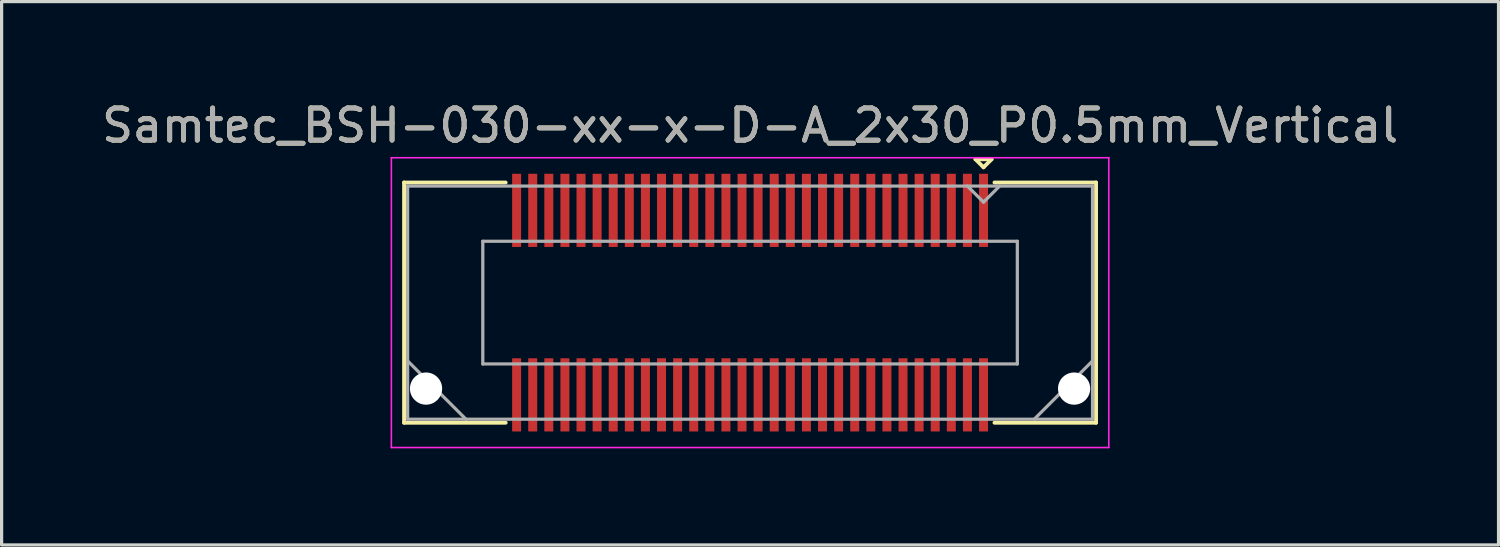
<source format=kicad_pcb>
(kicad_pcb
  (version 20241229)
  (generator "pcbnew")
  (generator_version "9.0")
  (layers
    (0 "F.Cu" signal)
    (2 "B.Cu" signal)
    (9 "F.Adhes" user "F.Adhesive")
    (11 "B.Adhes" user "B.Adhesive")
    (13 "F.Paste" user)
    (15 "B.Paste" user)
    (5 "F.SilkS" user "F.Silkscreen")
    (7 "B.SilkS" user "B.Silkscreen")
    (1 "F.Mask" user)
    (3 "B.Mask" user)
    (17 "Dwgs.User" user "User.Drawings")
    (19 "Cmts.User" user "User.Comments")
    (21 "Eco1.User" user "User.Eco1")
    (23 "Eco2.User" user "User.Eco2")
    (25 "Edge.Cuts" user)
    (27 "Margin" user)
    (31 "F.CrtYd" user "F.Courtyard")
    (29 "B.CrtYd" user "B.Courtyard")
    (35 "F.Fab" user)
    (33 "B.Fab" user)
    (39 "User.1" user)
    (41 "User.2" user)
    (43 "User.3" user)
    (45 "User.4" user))
  (footprint "Samtec_BSH-030-xx-x-D-A_2x30_P0.5mm_Vertical"
    (layer "F.Cu")
    (at 20.244 6.348)
    (property "Reference" "Samtec_BSH-030-xx-x-D-A_2x30_P0.5mm_Vertical" (at 0 -5.5 0) (layer "F.SilkS") (effects (font (size 1 1) (thickness 0.15))))
    (attr smd)
    (fp_line (start -10.745 -3.73) (end -7.59 -3.73) (stroke (width 0.12) (type solid)) (layer "F.SilkS"))
    (fp_line (start -10.745 3.73) (end -10.745 -3.73) (stroke (width 0.12) (type solid)) (layer "F.SilkS"))
    (fp_line (start -7.59 3.73) (end -10.745 3.73) (stroke (width 0.12) (type solid)) (layer "F.SilkS"))
    (fp_line (start 7 -4.452) (end 7.5 -4.452) (stroke (width 0.12) (type solid)) (layer "F.SilkS"))
    (fp_line (start 7.25 -4.202) (end 7 -4.452) (stroke (width 0.12) (type solid)) (layer "F.SilkS"))
    (fp_line (start 7.5 -4.452) (end 7.25 -4.202) (stroke (width 0.12) (type solid)) (layer "F.SilkS"))
    (fp_line (start 7.59 3.73) (end 10.745 3.73) (stroke (width 0.12) (type solid)) (layer "F.SilkS"))
    (fp_line (start 10.745 -3.73) (end 7.59 -3.73) (stroke (width 0.12) (type solid)) (layer "F.SilkS"))
    (fp_line (start 10.745 3.73) (end 10.745 -3.73) (stroke (width 0.12) (type solid)) (layer "F.SilkS"))
    (fp_line (start -11.14 -4.5) (end -11.14 4.5) (stroke (width 0.05) (type solid)) (layer "F.CrtYd"))
    (fp_line (start -11.14 4.5) (end 11.14 4.5) (stroke (width 0.05) (type solid)) (layer "F.CrtYd"))
    (fp_line (start 11.14 -4.5) (end -11.14 -4.5) (stroke (width 0.05) (type solid)) (layer "F.CrtYd"))
    (fp_line (start 11.14 4.5) (end 11.14 -4.5) (stroke (width 0.05) (type solid)) (layer "F.CrtYd"))
    (fp_line (start -10.635 -3.62) (end -10.635 3.62) (stroke (width 0.1) (type solid)) (layer "F.Fab"))
    (fp_line (start -10.635 1.81) (end -8.825 3.62) (stroke (width 0.1) (type solid)) (layer "F.Fab"))
    (fp_line (start -10.635 3.62) (end 10.635 3.62) (stroke (width 0.1) (type solid)) (layer "F.Fab"))
    (fp_line (start -8.3 -1.905) (end -8.3 1.905) (stroke (width 0.1) (type solid)) (layer "F.Fab"))
    (fp_line (start -8.3 1.905) (end 8.3 1.905) (stroke (width 0.1) (type solid)) (layer "F.Fab"))
    (fp_line (start 7.25 -3.12) (end 6.75 -3.62) (stroke (width 0.1) (type solid)) (layer "F.Fab"))
    (fp_line (start 7.75 -3.62) (end 7.25 -3.12) (stroke (width 0.1) (type solid)) (layer "F.Fab"))
    (fp_line (start 8.3 -1.905) (end -8.3 -1.905) (stroke (width 0.1) (type solid)) (layer "F.Fab"))
    (fp_line (start 8.3 1.905) (end 8.3 -1.905) (stroke (width 0.1) (type solid)) (layer "F.Fab"))
    (fp_line (start 10.635 -3.62) (end -10.635 -3.62) (stroke (width 0.1) (type solid)) (layer "F.Fab"))
    (fp_line (start 10.635 1.81) (end 8.825 3.62) (stroke (width 0.1) (type solid)) (layer "F.Fab"))
    (fp_line (start 10.635 3.62) (end 10.635 -3.62) (stroke (width 0.1) (type solid)) (layer "F.Fab"))
    (fp_text user "${REFERENCE}" (at 0 -5.5 0) (layer "F.Fab") (effects (font (size 1 1) (thickness 0.15))))
    (pad "" np_thru_hole circle (at -10.063 2.67) (size 1 1) (drill 1) (layers "*.Cu" "*.Mask"))
    (pad "" np_thru_hole circle (at 10.063 2.67) (size 1 1) (drill 1) (layers "*.Cu" "*.Mask"))
    (pad "1" smd rect (at 7.25 -2.865) (size 0.279 2.273) (layers "F.Cu" "F.Mask" "F.Paste"))
    (pad "2" smd rect (at 7.25 2.865) (size 0.279 2.273) (layers "F.Cu" "F.Mask" "F.Paste"))
    (pad "3" smd rect (at 6.75 -2.865) (size 0.279 2.273) (layers "F.Cu" "F.Mask" "F.Paste"))
    (pad "4" smd rect (at 6.75 2.865) (size 0.279 2.273) (layers "F.Cu" "F.Mask" "F.Paste"))
    (pad "5" smd rect (at 6.25 -2.865) (size 0.279 2.273) (layers "F.Cu" "F.Mask" "F.Paste"))
    (pad "6" smd rect (at 6.25 2.865) (size 0.279 2.273) (layers "F.Cu" "F.Mask" "F.Paste"))
    (pad "7" smd rect (at 5.75 -2.865) (size 0.279 2.273) (layers "F.Cu" "F.Mask" "F.Paste"))
    (pad "8" smd rect (at 5.75 2.865) (size 0.279 2.273) (layers "F.Cu" "F.Mask" "F.Paste"))
    (pad "9" smd rect (at 5.25 -2.865) (size 0.279 2.273) (layers "F.Cu" "F.Mask" "F.Paste"))
    (pad "10" smd rect (at 5.25 2.865) (size 0.279 2.273) (layers "F.Cu" "F.Mask" "F.Paste"))
    (pad "11" smd rect (at 4.75 -2.865) (size 0.279 2.273) (layers "F.Cu" "F.Mask" "F.Paste"))
    (pad "12" smd rect (at 4.75 2.865) (size 0.279 2.273) (layers "F.Cu" "F.Mask" "F.Paste"))
    (pad "13" smd rect (at 4.25 -2.865) (size 0.279 2.273) (layers "F.Cu" "F.Mask" "F.Paste"))
    (pad "14" smd rect (at 4.25 2.865) (size 0.279 2.273) (layers "F.Cu" "F.Mask" "F.Paste"))
    (pad "15" smd rect (at 3.75 -2.865) (size 0.279 2.273) (layers "F.Cu" "F.Mask" "F.Paste"))
    (pad "16" smd rect (at 3.75 2.865) (size 0.279 2.273) (layers "F.Cu" "F.Mask" "F.Paste"))
    (pad "17" smd rect (at 3.25 -2.865) (size 0.279 2.273) (layers "F.Cu" "F.Mask" "F.Paste"))
    (pad "18" smd rect (at 3.25 2.865) (size 0.279 2.273) (layers "F.Cu" "F.Mask" "F.Paste"))
    (pad "19" smd rect (at 2.75 -2.865) (size 0.279 2.273) (layers "F.Cu" "F.Mask" "F.Paste"))
    (pad "20" smd rect (at 2.75 2.865) (size 0.279 2.273) (layers "F.Cu" "F.Mask" "F.Paste"))
    (pad "21" smd rect (at 2.25 -2.865) (size 0.279 2.273) (layers "F.Cu" "F.Mask" "F.Paste"))
    (pad "22" smd rect (at 2.25 2.865) (size 0.279 2.273) (layers "F.Cu" "F.Mask" "F.Paste"))
    (pad "23" smd rect (at 1.75 -2.865) (size 0.279 2.273) (layers "F.Cu" "F.Mask" "F.Paste"))
    (pad "24" smd rect (at 1.75 2.865) (size 0.279 2.273) (layers "F.Cu" "F.Mask" "F.Paste"))
    (pad "25" smd rect (at 1.25 -2.865) (size 0.279 2.273) (layers "F.Cu" "F.Mask" "F.Paste"))
    (pad "26" smd rect (at 1.25 2.865) (size 0.279 2.273) (layers "F.Cu" "F.Mask" "F.Paste"))
    (pad "27" smd rect (at 0.75 -2.865) (size 0.279 2.273) (layers "F.Cu" "F.Mask" "F.Paste"))
    (pad "28" smd rect (at 0.75 2.865) (size 0.279 2.273) (layers "F.Cu" "F.Mask" "F.Paste"))
    (pad "29" smd rect (at 0.25 -2.865) (size 0.279 2.273) (layers "F.Cu" "F.Mask" "F.Paste"))
    (pad "30" smd rect (at 0.25 2.865) (size 0.279 2.273) (layers "F.Cu" "F.Mask" "F.Paste"))
    (pad "31" smd rect (at -0.25 -2.865) (size 0.279 2.273) (layers "F.Cu" "F.Mask" "F.Paste"))
    (pad "32" smd rect (at -0.25 2.865) (size 0.279 2.273) (layers "F.Cu" "F.Mask" "F.Paste"))
    (pad "33" smd rect (at -0.75 -2.865) (size 0.279 2.273) (layers "F.Cu" "F.Mask" "F.Paste"))
    (pad "34" smd rect (at -0.75 2.865) (size 0.279 2.273) (layers "F.Cu" "F.Mask" "F.Paste"))
    (pad "35" smd rect (at -1.25 -2.865) (size 0.279 2.273) (layers "F.Cu" "F.Mask" "F.Paste"))
    (pad "36" smd rect (at -1.25 2.865) (size 0.279 2.273) (layers "F.Cu" "F.Mask" "F.Paste"))
    (pad "37" smd rect (at -1.75 -2.865) (size 0.279 2.273) (layers "F.Cu" "F.Mask" "F.Paste"))
    (pad "38" smd rect (at -1.75 2.865) (size 0.279 2.273) (layers "F.Cu" "F.Mask" "F.Paste"))
    (pad "39" smd rect (at -2.25 -2.865) (size 0.279 2.273) (layers "F.Cu" "F.Mask" "F.Paste"))
    (pad "40" smd rect (at -2.25 2.865) (size 0.279 2.273) (layers "F.Cu" "F.Mask" "F.Paste"))
    (pad "41" smd rect (at -2.75 -2.865) (size 0.279 2.273) (layers "F.Cu" "F.Mask" "F.Paste"))
    (pad "42" smd rect (at -2.75 2.865) (size 0.279 2.273) (layers "F.Cu" "F.Mask" "F.Paste"))
    (pad "43" smd rect (at -3.25 -2.865) (size 0.279 2.273) (layers "F.Cu" "F.Mask" "F.Paste"))
    (pad "44" smd rect (at -3.25 2.865) (size 0.279 2.273) (layers "F.Cu" "F.Mask" "F.Paste"))
    (pad "45" smd rect (at -3.75 -2.865) (size 0.279 2.273) (layers "F.Cu" "F.Mask" "F.Paste"))
    (pad "46" smd rect (at -3.75 2.865) (size 0.279 2.273) (layers "F.Cu" "F.Mask" "F.Paste"))
    (pad "47" smd rect (at -4.25 -2.865) (size 0.279 2.273) (layers "F.Cu" "F.Mask" "F.Paste"))
    (pad "48" smd rect (at -4.25 2.865) (size 0.279 2.273) (layers "F.Cu" "F.Mask" "F.Paste"))
    (pad "49" smd rect (at -4.75 -2.865) (size 0.279 2.273) (layers "F.Cu" "F.Mask" "F.Paste"))
    (pad "50" smd rect (at -4.75 2.865) (size 0.279 2.273) (layers "F.Cu" "F.Mask" "F.Paste"))
    (pad "51" smd rect (at -5.25 -2.865) (size 0.279 2.273) (layers "F.Cu" "F.Mask" "F.Paste"))
    (pad "52" smd rect (at -5.25 2.865) (size 0.279 2.273) (layers "F.Cu" "F.Mask" "F.Paste"))
    (pad "53" smd rect (at -5.75 -2.865) (size 0.279 2.273) (layers "F.Cu" "F.Mask" "F.Paste"))
    (pad "54" smd rect (at -5.75 2.865) (size 0.279 2.273) (layers "F.Cu" "F.Mask" "F.Paste"))
    (pad "55" smd rect (at -6.25 -2.865) (size 0.279 2.273) (layers "F.Cu" "F.Mask" "F.Paste"))
    (pad "56" smd rect (at -6.25 2.865) (size 0.279 2.273) (layers "F.Cu" "F.Mask" "F.Paste"))
    (pad "57" smd rect (at -6.75 -2.865) (size 0.279 2.273) (layers "F.Cu" "F.Mask" "F.Paste"))
    (pad "58" smd rect (at -6.75 2.865) (size 0.279 2.273) (layers "F.Cu" "F.Mask" "F.Paste"))
    (pad "59" smd rect (at -7.25 -2.865) (size 0.279 2.273) (layers "F.Cu" "F.Mask" "F.Paste"))
    (pad "60" smd rect (at -7.25 2.865) (size 0.279 2.273) (layers "F.Cu" "F.Mask" "F.Paste")))
  (gr_rect
    (start -3 -3)
    (end 43.488 13.873)
    (stroke (width 0.1) (type default))
    (fill no)
    (layer "Edge.Cuts")))
</source>
